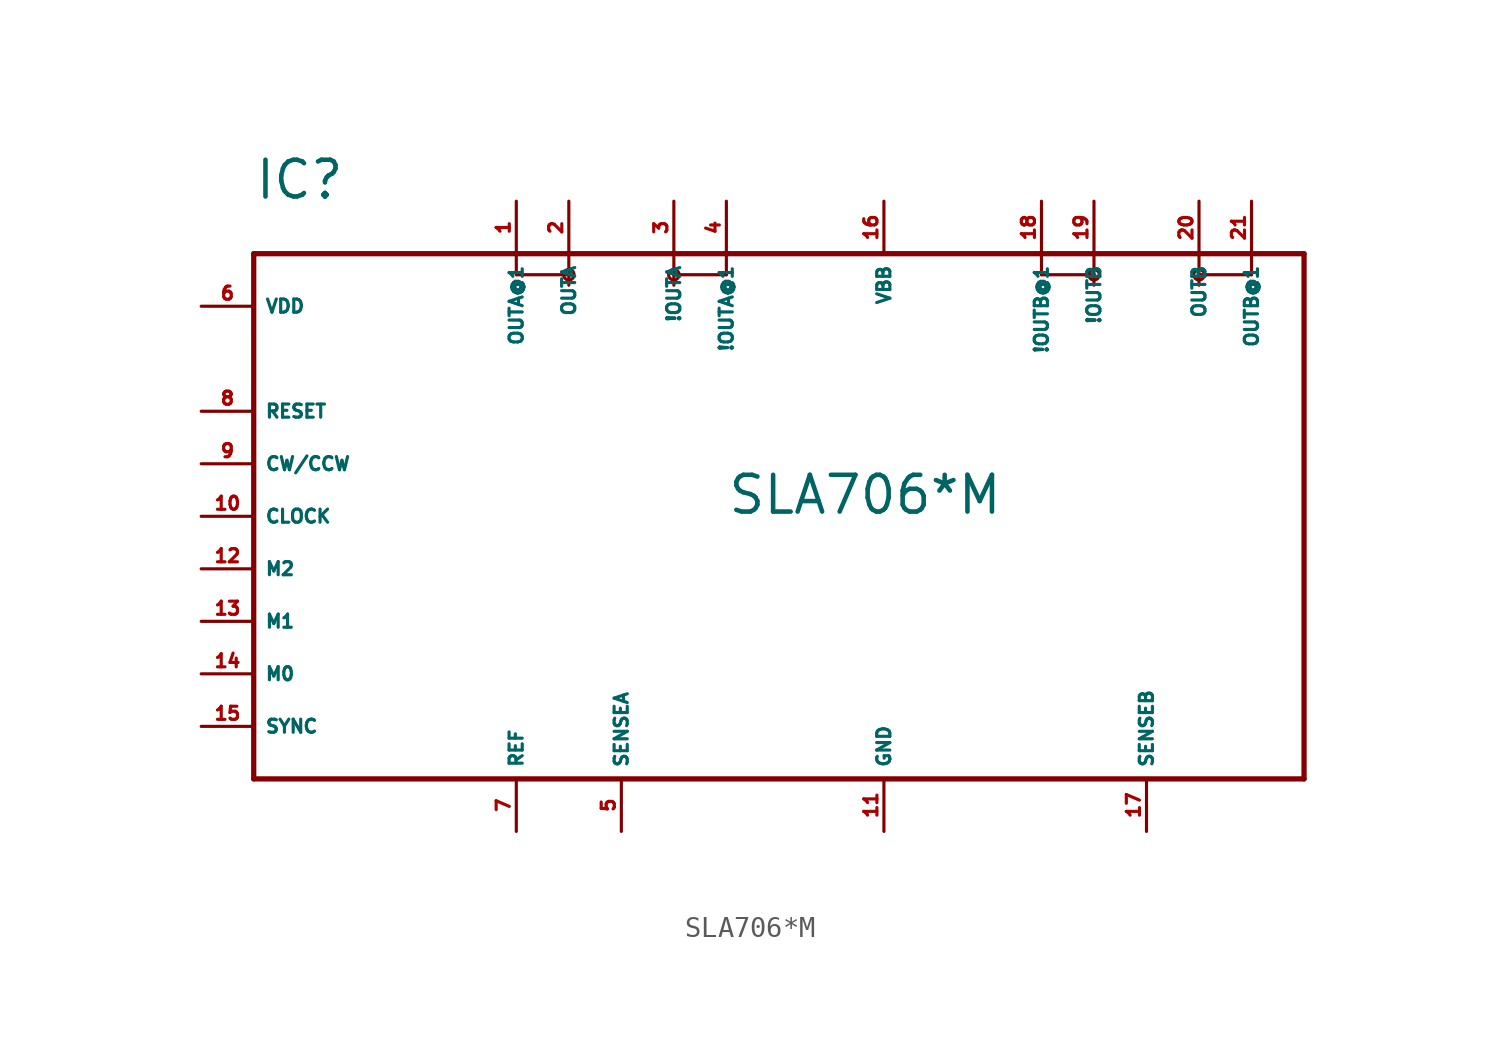
<source format=kicad_sym>
(kicad_symbol_lib
  (version 20220914)
  (generator Eagle2Kicad)
  (symbol "SLA706*M"
    (property "Reference" "IC"
      (at -25.4 15.24 0)
      (effects (font (size 1.778 1.778) (thickness 0.22)) (justify left bottom)))
    (property "Value" "SLA706*M"
      (at -2.54 0 0)
      (effects (font (size 1.778 1.778) (thickness 0.22)) (justify left bottom)))
    (polyline
      (pts (xy -25.4 12.7) (xy -12.7 12.7))
      (stroke (width 0.254) (type default))
      (fill (type none)))
    (polyline
      (pts (xy -12.7 12.7) (xy -10.16 12.7))
      (stroke (width 0.254) (type default))
      (fill (type none)))
    (polyline
      (pts (xy -10.16 12.7) (xy -5.08 12.7))
      (stroke (width 0.254) (type default))
      (fill (type none)))
    (polyline
      (pts (xy -5.08 12.7) (xy -2.54 12.7))
      (stroke (width 0.254) (type default))
      (fill (type none)))
    (polyline
      (pts (xy -2.54 12.7) (xy 12.7 12.7))
      (stroke (width 0.254) (type default))
      (fill (type none)))
    (polyline
      (pts (xy 12.7 12.7) (xy 15.24 12.7))
      (stroke (width 0.254) (type default))
      (fill (type none)))
    (polyline
      (pts (xy 15.24 12.7) (xy 20.32 12.7))
      (stroke (width 0.254) (type default))
      (fill (type none)))
    (polyline
      (pts (xy 20.32 12.7) (xy 22.86 12.7))
      (stroke (width 0.254) (type default))
      (fill (type none)))
    (polyline
      (pts (xy 22.86 12.7) (xy 25.4 12.7))
      (stroke (width 0.254) (type default))
      (fill (type none)))
    (polyline
      (pts (xy 25.4 12.7) (xy 25.4 -12.7))
      (stroke (width 0.254) (type default))
      (fill (type none)))
    (polyline
      (pts (xy 25.4 -12.7) (xy -25.4 -12.7))
      (stroke (width 0.254) (type default))
      (fill (type none)))
    (polyline
      (pts (xy -25.4 -12.7) (xy -25.4 12.7))
      (stroke (width 0.254) (type default))
      (fill (type none)))
    (polyline
      (pts (xy -12.7 12.7) (xy -12.7 11.684))
      (stroke (width 0.152) (type default))
      (fill (type none)))
    (polyline
      (pts (xy -12.7 11.684) (xy -10.16 11.684))
      (stroke (width 0.152) (type default))
      (fill (type none)))
    (polyline
      (pts (xy -10.16 11.684) (xy -10.16 11.176))
      (stroke (width 0.152) (type default))
      (fill (type none)))
    (polyline
      (pts (xy -10.16 11.684) (xy -10.16 12.7))
      (stroke (width 0.152) (type default))
      (fill (type none)))
    (polyline
      (pts (xy -5.08 12.7) (xy -5.08 11.684))
      (stroke (width 0.152) (type default))
      (fill (type none)))
    (polyline
      (pts (xy -5.08 11.684) (xy -5.08 11.176))
      (stroke (width 0.152) (type default))
      (fill (type none)))
    (polyline
      (pts (xy -5.08 11.684) (xy -2.54 11.684))
      (stroke (width 0.152) (type default))
      (fill (type none)))
    (polyline
      (pts (xy -2.54 11.684) (xy -2.54 12.7))
      (stroke (width 0.152) (type default))
      (fill (type none)))
    (polyline
      (pts (xy 12.7 12.7) (xy 12.7 11.684))
      (stroke (width 0.152) (type default))
      (fill (type none)))
    (polyline
      (pts (xy 12.7 11.684) (xy 15.24 11.684))
      (stroke (width 0.152) (type default))
      (fill (type none)))
    (polyline
      (pts (xy 15.24 11.684) (xy 15.24 11.176))
      (stroke (width 0.152) (type default))
      (fill (type none)))
    (polyline
      (pts (xy 15.24 11.684) (xy 15.24 12.7))
      (stroke (width 0.152) (type default))
      (fill (type none)))
    (polyline
      (pts (xy 20.32 12.7) (xy 20.32 11.684))
      (stroke (width 0.152) (type default))
      (fill (type none)))
    (polyline
      (pts (xy 20.32 11.684) (xy 20.32 11.176))
      (stroke (width 0.152) (type default))
      (fill (type none)))
    (polyline
      (pts (xy 20.32 11.684) (xy 22.86 11.684))
      (stroke (width 0.152) (type default))
      (fill (type none)))
    (polyline
      (pts (xy 22.86 11.684) (xy 22.86 12.7))
      (stroke (width 0.152) (type default))
      (fill (type none)))
    (circle
      (center -10.16 11.684)
      (radius 0.254)
      (stroke (width 0) (type default))
      (fill (type none)))
    (circle
      (center -5.08 11.684)
      (radius 0.254)
      (stroke (width 0) (type default))
      (fill (type none)))
    (circle
      (center 15.24 11.684)
      (radius 0.254)
      (stroke (width 0) (type default))
      (fill (type none)))
    (circle
      (center 20.32 11.684)
      (radius 0.254)
      (stroke (width 0) (type default))
      (fill (type none)))
    (pin output line
      (at -10.16 15.24 270)
      (length 2.54)
      (name "OUTA" (effects (font (size 0.635 0.635) (thickness 0.08)) (justify left bottom)))
      (number "2" (effects (font (size 0.635 0.635) (thickness 0.08)) (justify left bottom))))
    (pin passive line
      (at -12.7 15.24 270)
      (length 2.54)
      (name "OUTA@1" (effects (font (size 0.635 0.635) (thickness 0.08)) (justify left bottom)))
      (number "1" (effects (font (size 0.635 0.635) (thickness 0.08)) (justify left bottom))))
    (pin input line
      (at -7.62 -15.24 90)
      (length 2.54)
      (name "SENSEA" (effects (font (size 0.635 0.635) (thickness 0.08)) (justify left bottom)))
      (number "5" (effects (font (size 0.635 0.635) (thickness 0.08)) (justify left bottom))))
    (pin unspecified line
      (at -27.94 10.16 0)
      (length 2.54)
      (name "VDD" (effects (font (size 0.635 0.635) (thickness 0.08)) (justify left bottom)))
      (number "6" (effects (font (size 0.635 0.635) (thickness 0.08)) (justify left bottom))))
    (pin input line
      (at -12.7 -15.24 90)
      (length 2.54)
      (name "REF" (effects (font (size 0.635 0.635) (thickness 0.08)) (justify left bottom)))
      (number "7" (effects (font (size 0.635 0.635) (thickness 0.08)) (justify left bottom))))
    (pin input line
      (at -27.94 5.08 0)
      (length 2.54)
      (name "RESET" (effects (font (size 0.635 0.635) (thickness 0.08)) (justify left bottom)))
      (number "8" (effects (font (size 0.635 0.635) (thickness 0.08)) (justify left bottom))))
    (pin input line
      (at -27.94 2.54 0)
      (length 2.54)
      (name "CW/CCW" (effects (font (size 0.635 0.635) (thickness 0.08)) (justify left bottom)))
      (number "9" (effects (font (size 0.635 0.635) (thickness 0.08)) (justify left bottom))))
    (pin input line
      (at -27.94 0 0)
      (length 2.54)
      (name "CLOCK" (effects (font (size 0.635 0.635) (thickness 0.08)) (justify left bottom)))
      (number "10" (effects (font (size 0.635 0.635) (thickness 0.08)) (justify left bottom))))
    (pin unspecified line
      (at 5.08 -15.24 90)
      (length 2.54)
      (name "GND" (effects (font (size 0.635 0.635) (thickness 0.08)) (justify left bottom)))
      (number "11" (effects (font (size 0.635 0.635) (thickness 0.08)) (justify left bottom))))
    (pin input line
      (at -27.94 -2.54 0)
      (length 2.54)
      (name "M2" (effects (font (size 0.635 0.635) (thickness 0.08)) (justify left bottom)))
      (number "12" (effects (font (size 0.635 0.635) (thickness 0.08)) (justify left bottom))))
    (pin input line
      (at -27.94 -5.08 0)
      (length 2.54)
      (name "M1" (effects (font (size 0.635 0.635) (thickness 0.08)) (justify left bottom)))
      (number "13" (effects (font (size 0.635 0.635) (thickness 0.08)) (justify left bottom))))
    (pin input line
      (at -27.94 -7.62 0)
      (length 2.54)
      (name "M0" (effects (font (size 0.635 0.635) (thickness 0.08)) (justify left bottom)))
      (number "14" (effects (font (size 0.635 0.635) (thickness 0.08)) (justify left bottom))))
    (pin input line
      (at -27.94 -10.16 0)
      (length 2.54)
      (name "SYNC" (effects (font (size 0.635 0.635) (thickness 0.08)) (justify left bottom)))
      (number "15" (effects (font (size 0.635 0.635) (thickness 0.08)) (justify left bottom))))
    (pin unspecified line
      (at 5.08 15.24 270)
      (length 2.54)
      (name "VBB" (effects (font (size 0.635 0.635) (thickness 0.08)) (justify left bottom)))
      (number "16" (effects (font (size 0.635 0.635) (thickness 0.08)) (justify left bottom))))
    (pin input line
      (at 17.78 -15.24 90)
      (length 2.54)
      (name "SENSEB" (effects (font (size 0.635 0.635) (thickness 0.08)) (justify left bottom)))
      (number "17" (effects (font (size 0.635 0.635) (thickness 0.08)) (justify left bottom))))
    (pin output line
      (at 20.32 15.24 270)
      (length 2.54)
      (name "OUTB" (effects (font (size 0.635 0.635) (thickness 0.08)) (justify left bottom)))
      (number "20" (effects (font (size 0.635 0.635) (thickness 0.08)) (justify left bottom))))
    (pin passive line
      (at 22.86 15.24 270)
      (length 2.54)
      (name "OUTB@1" (effects (font (size 0.635 0.635) (thickness 0.08)) (justify left bottom)))
      (number "21" (effects (font (size 0.635 0.635) (thickness 0.08)) (justify left bottom))))
    (pin output line
      (at 15.24 15.24 270)
      (length 2.54)
      (name "!OUTB" (effects (font (size 0.635 0.635) (thickness 0.08)) (justify left bottom)))
      (number "19" (effects (font (size 0.635 0.635) (thickness 0.08)) (justify left bottom))))
    (pin passive line
      (at 12.7 15.24 270)
      (length 2.54)
      (name "!OUTB@1" (effects (font (size 0.635 0.635) (thickness 0.08)) (justify left bottom)))
      (number "18" (effects (font (size 0.635 0.635) (thickness 0.08)) (justify left bottom))))
    (pin output line
      (at -5.08 15.24 270)
      (length 2.54)
      (name "!OUTA" (effects (font (size 0.635 0.635) (thickness 0.08)) (justify left bottom)))
      (number "3" (effects (font (size 0.635 0.635) (thickness 0.08)) (justify left bottom))))
    (pin passive line
      (at -2.54 15.24 270)
      (length 2.54)
      (name "!OUTA@1" (effects (font (size 0.635 0.635) (thickness 0.08)) (justify left bottom)))
      (number "4" (effects (font (size 0.635 0.635) (thickness 0.08)) (justify left bottom))))))
</source>
